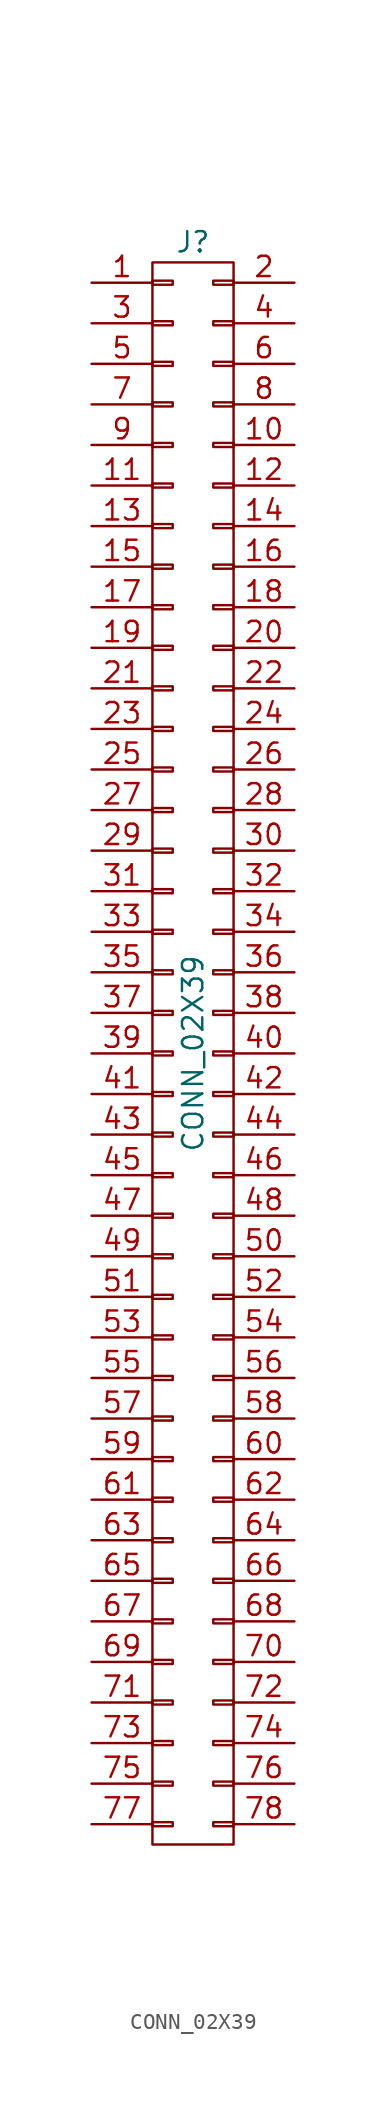
<source format=kicad_sym>
(kicad_symbol_lib
  (version 20211014)
  (generator kicad_symbol_editor)
  (symbol "CONN_02X39"
    (pin_names
      (offset 0.025) hide)
    (property "Reference" "J"
      (at 0 50.8 0)
      (effects (font (size 1.27 1.27))))
    (property "Value" "CONN_02X39"
      (at 0 0 90)
      (effects (font (size 1.27 1.27))))
    (symbol "CONN_02X39_0_1"
      (rectangle (start -2.54 -49.53) (end 2.54 49.53) (stroke (width 0) (type default) (color 0 0 0 0)) (fill (type none)))
      (rectangle (start -2.54 -48.133) (end -1.27 -48.387) (stroke (width 0) (type default) (color 0 0 0 0)) (fill (type none)))
      (rectangle (start -2.54 -45.593) (end -1.27 -45.847) (stroke (width 0) (type default) (color 0 0 0 0)) (fill (type none)))
      (rectangle (start -2.54 -43.053) (end -1.27 -43.307) (stroke (width 0) (type default) (color 0 0 0 0)) (fill (type none)))
      (rectangle (start -2.54 -40.513) (end -1.27 -40.767) (stroke (width 0) (type default) (color 0 0 0 0)) (fill (type none)))
      (rectangle (start -2.54 -37.973) (end -1.27 -38.227) (stroke (width 0) (type default) (color 0 0 0 0)) (fill (type none)))
      (rectangle (start -2.54 -35.433) (end -1.27 -35.687) (stroke (width 0) (type default) (color 0 0 0 0)) (fill (type none)))
      (rectangle (start -2.54 -32.893) (end -1.27 -33.147) (stroke (width 0) (type default) (color 0 0 0 0)) (fill (type none)))
      (rectangle (start -2.54 -30.353) (end -1.27 -30.607) (stroke (width 0) (type default) (color 0 0 0 0)) (fill (type none)))
      (rectangle (start -2.54 -27.813) (end -1.27 -28.067) (stroke (width 0) (type default) (color 0 0 0 0)) (fill (type none)))
      (rectangle (start -2.54 -25.273) (end -1.27 -25.527) (stroke (width 0) (type default) (color 0 0 0 0)) (fill (type none)))
      (rectangle (start -2.54 -22.733) (end -1.27 -22.987) (stroke (width 0) (type default) (color 0 0 0 0)) (fill (type none)))
      (rectangle (start -2.54 -20.193) (end -1.27 -20.447) (stroke (width 0) (type default) (color 0 0 0 0)) (fill (type none)))
      (rectangle (start -2.54 -17.653) (end -1.27 -17.907) (stroke (width 0) (type default) (color 0 0 0 0)) (fill (type none)))
      (rectangle (start -2.54 -15.113) (end -1.27 -15.367) (stroke (width 0) (type default) (color 0 0 0 0)) (fill (type none)))
      (rectangle (start -2.54 -12.573) (end -1.27 -12.827) (stroke (width 0) (type default) (color 0 0 0 0)) (fill (type none)))
      (rectangle (start -2.54 -10.033) (end -1.27 -10.287) (stroke (width 0) (type default) (color 0 0 0 0)) (fill (type none)))
      (rectangle (start -2.54 -7.493) (end -1.27 -7.747) (stroke (width 0) (type default) (color 0 0 0 0)) (fill (type none)))
      (rectangle (start -2.54 -4.953) (end -1.27 -5.207) (stroke (width 0) (type default) (color 0 0 0 0)) (fill (type none)))
      (rectangle (start -2.54 -2.413) (end -1.27 -2.667) (stroke (width 0) (type default) (color 0 0 0 0)) (fill (type none)))
      (rectangle (start -2.54 0.127) (end -1.27 -0.127) (stroke (width 0) (type default) (color 0 0 0 0)) (fill (type none)))
      (rectangle (start -2.54 2.667) (end -1.27 2.413) (stroke (width 0) (type default) (color 0 0 0 0)) (fill (type none)))
      (rectangle (start -2.54 5.207) (end -1.27 4.953) (stroke (width 0) (type default) (color 0 0 0 0)) (fill (type none)))
      (rectangle (start -2.54 7.747) (end -1.27 7.493) (stroke (width 0) (type default) (color 0 0 0 0)) (fill (type none)))
      (rectangle (start -2.54 10.287) (end -1.27 10.033) (stroke (width 0) (type default) (color 0 0 0 0)) (fill (type none)))
      (rectangle (start -2.54 12.827) (end -1.27 12.573) (stroke (width 0) (type default) (color 0 0 0 0)) (fill (type none)))
      (rectangle (start -2.54 15.367) (end -1.27 15.113) (stroke (width 0) (type default) (color 0 0 0 0)) (fill (type none)))
      (rectangle (start -2.54 17.907) (end -1.27 17.653) (stroke (width 0) (type default) (color 0 0 0 0)) (fill (type none)))
      (rectangle (start -2.54 20.447) (end -1.27 20.193) (stroke (width 0) (type default) (color 0 0 0 0)) (fill (type none)))
      (rectangle (start -2.54 22.987) (end -1.27 22.733) (stroke (width 0) (type default) (color 0 0 0 0)) (fill (type none)))
      (rectangle (start -2.54 25.527) (end -1.27 25.273) (stroke (width 0) (type default) (color 0 0 0 0)) (fill (type none)))
      (rectangle (start -2.54 28.067) (end -1.27 27.813) (stroke (width 0) (type default) (color 0 0 0 0)) (fill (type none)))
      (rectangle (start -2.54 30.607) (end -1.27 30.353) (stroke (width 0) (type default) (color 0 0 0 0)) (fill (type none)))
      (rectangle (start -2.54 33.147) (end -1.27 32.893) (stroke (width 0) (type default) (color 0 0 0 0)) (fill (type none)))
      (rectangle (start -2.54 35.687) (end -1.27 35.433) (stroke (width 0) (type default) (color 0 0 0 0)) (fill (type none)))
      (rectangle (start -2.54 38.227) (end -1.27 37.973) (stroke (width 0) (type default) (color 0 0 0 0)) (fill (type none)))
      (rectangle (start -2.54 40.767) (end -1.27 40.513) (stroke (width 0) (type default) (color 0 0 0 0)) (fill (type none)))
      (rectangle (start -2.54 43.307) (end -1.27 43.053) (stroke (width 0) (type default) (color 0 0 0 0)) (fill (type none)))
      (rectangle (start -2.54 45.847) (end -1.27 45.593) (stroke (width 0) (type default) (color 0 0 0 0)) (fill (type none)))
      (rectangle (start -2.54 48.387) (end -1.27 48.133) (stroke (width 0) (type default) (color 0 0 0 0)) (fill (type none)))
      (rectangle (start 1.27 -48.133) (end 2.54 -48.387) (stroke (width 0) (type default) (color 0 0 0 0)) (fill (type none)))
      (rectangle (start 1.27 -45.593) (end 2.54 -45.847) (stroke (width 0) (type default) (color 0 0 0 0)) (fill (type none)))
      (rectangle (start 1.27 -43.053) (end 2.54 -43.307) (stroke (width 0) (type default) (color 0 0 0 0)) (fill (type none)))
      (rectangle (start 1.27 -40.513) (end 2.54 -40.767) (stroke (width 0) (type default) (color 0 0 0 0)) (fill (type none)))
      (rectangle (start 1.27 -37.973) (end 2.54 -38.227) (stroke (width 0) (type default) (color 0 0 0 0)) (fill (type none)))
      (rectangle (start 1.27 -35.433) (end 2.54 -35.687) (stroke (width 0) (type default) (color 0 0 0 0)) (fill (type none)))
      (rectangle (start 1.27 -32.893) (end 2.54 -33.147) (stroke (width 0) (type default) (color 0 0 0 0)) (fill (type none)))
      (rectangle (start 1.27 -30.353) (end 2.54 -30.607) (stroke (width 0) (type default) (color 0 0 0 0)) (fill (type none)))
      (rectangle (start 1.27 -27.813) (end 2.54 -28.067) (stroke (width 0) (type default) (color 0 0 0 0)) (fill (type none)))
      (rectangle (start 1.27 -25.273) (end 2.54 -25.527) (stroke (width 0) (type default) (color 0 0 0 0)) (fill (type none)))
      (rectangle (start 1.27 -22.733) (end 2.54 -22.987) (stroke (width 0) (type default) (color 0 0 0 0)) (fill (type none)))
      (rectangle (start 1.27 -20.193) (end 2.54 -20.447) (stroke (width 0) (type default) (color 0 0 0 0)) (fill (type none)))
      (rectangle (start 1.27 -17.653) (end 2.54 -17.907) (stroke (width 0) (type default) (color 0 0 0 0)) (fill (type none)))
      (rectangle (start 1.27 -15.113) (end 2.54 -15.367) (stroke (width 0) (type default) (color 0 0 0 0)) (fill (type none)))
      (rectangle (start 1.27 -12.573) (end 2.54 -12.827) (stroke (width 0) (type default) (color 0 0 0 0)) (fill (type none)))
      (rectangle (start 1.27 -10.033) (end 2.54 -10.287) (stroke (width 0) (type default) (color 0 0 0 0)) (fill (type none)))
      (rectangle (start 1.27 -7.493) (end 2.54 -7.747) (stroke (width 0) (type default) (color 0 0 0 0)) (fill (type none)))
      (rectangle (start 1.27 -4.953) (end 2.54 -5.207) (stroke (width 0) (type default) (color 0 0 0 0)) (fill (type none)))
      (rectangle (start 1.27 -2.413) (end 2.54 -2.667) (stroke (width 0) (type default) (color 0 0 0 0)) (fill (type none)))
      (rectangle (start 1.27 0.127) (end 2.54 -0.127) (stroke (width 0) (type default) (color 0 0 0 0)) (fill (type none)))
      (rectangle (start 1.27 2.667) (end 2.54 2.413) (stroke (width 0) (type default) (color 0 0 0 0)) (fill (type none)))
      (rectangle (start 1.27 5.207) (end 2.54 4.953) (stroke (width 0) (type default) (color 0 0 0 0)) (fill (type none)))
      (rectangle (start 1.27 7.747) (end 2.54 7.493) (stroke (width 0) (type default) (color 0 0 0 0)) (fill (type none)))
      (rectangle (start 1.27 10.287) (end 2.54 10.033) (stroke (width 0) (type default) (color 0 0 0 0)) (fill (type none)))
      (rectangle (start 1.27 12.827) (end 2.54 12.573) (stroke (width 0) (type default) (color 0 0 0 0)) (fill (type none)))
      (rectangle (start 1.27 15.367) (end 2.54 15.113) (stroke (width 0) (type default) (color 0 0 0 0)) (fill (type none)))
      (rectangle (start 1.27 17.907) (end 2.54 17.653) (stroke (width 0) (type default) (color 0 0 0 0)) (fill (type none)))
      (rectangle (start 1.27 20.447) (end 2.54 20.193) (stroke (width 0) (type default) (color 0 0 0 0)) (fill (type none)))
      (rectangle (start 1.27 22.987) (end 2.54 22.733) (stroke (width 0) (type default) (color 0 0 0 0)) (fill (type none)))
      (rectangle (start 1.27 25.527) (end 2.54 25.273) (stroke (width 0) (type default) (color 0 0 0 0)) (fill (type none)))
      (rectangle (start 1.27 28.067) (end 2.54 27.813) (stroke (width 0) (type default) (color 0 0 0 0)) (fill (type none)))
      (rectangle (start 1.27 30.607) (end 2.54 30.353) (stroke (width 0) (type default) (color 0 0 0 0)) (fill (type none)))
      (rectangle (start 1.27 33.147) (end 2.54 32.893) (stroke (width 0) (type default) (color 0 0 0 0)) (fill (type none)))
      (rectangle (start 1.27 35.687) (end 2.54 35.433) (stroke (width 0) (type default) (color 0 0 0 0)) (fill (type none)))
      (rectangle (start 1.27 38.227) (end 2.54 37.973) (stroke (width 0) (type default) (color 0 0 0 0)) (fill (type none)))
      (rectangle (start 1.27 40.767) (end 2.54 40.513) (stroke (width 0) (type default) (color 0 0 0 0)) (fill (type none)))
      (rectangle (start 1.27 43.307) (end 2.54 43.053) (stroke (width 0) (type default) (color 0 0 0 0)) (fill (type none)))
      (rectangle (start 1.27 45.847) (end 2.54 45.593) (stroke (width 0) (type default) (color 0 0 0 0)) (fill (type none)))
      (rectangle (start 1.27 48.387) (end 2.54 48.133) (stroke (width 0) (type default) (color 0 0 0 0)) (fill (type none))))
    (symbol "CONN_02X39_1_1"
      (pin passive line (at -6.35 48.26 0) (length 3.81) (name "P1" (effects (font (size 1.27 1.27)))) (number "1" (effects (font (size 1.27 1.27)))))
      (pin passive line (at 6.35 38.1 180) (length 3.81) (name "P10" (effects (font (size 1.27 1.27)))) (number "10" (effects (font (size 1.27 1.27)))))
      (pin passive line (at -6.35 35.56 0) (length 3.81) (name "P11" (effects (font (size 1.27 1.27)))) (number "11" (effects (font (size 1.27 1.27)))))
      (pin passive line (at 6.35 35.56 180) (length 3.81) (name "P12" (effects (font (size 1.27 1.27)))) (number "12" (effects (font (size 1.27 1.27)))))
      (pin passive line (at -6.35 33.02 0) (length 3.81) (name "P13" (effects (font (size 1.27 1.27)))) (number "13" (effects (font (size 1.27 1.27)))))
      (pin passive line (at 6.35 33.02 180) (length 3.81) (name "P14" (effects (font (size 1.27 1.27)))) (number "14" (effects (font (size 1.27 1.27)))))
      (pin passive line (at -6.35 30.48 0) (length 3.81) (name "P15" (effects (font (size 1.27 1.27)))) (number "15" (effects (font (size 1.27 1.27)))))
      (pin passive line (at 6.35 30.48 180) (length 3.81) (name "P16" (effects (font (size 1.27 1.27)))) (number "16" (effects (font (size 1.27 1.27)))))
      (pin passive line (at -6.35 27.94 0) (length 3.81) (name "P17" (effects (font (size 1.27 1.27)))) (number "17" (effects (font (size 1.27 1.27)))))
      (pin passive line (at 6.35 27.94 180) (length 3.81) (name "P18" (effects (font (size 1.27 1.27)))) (number "18" (effects (font (size 1.27 1.27)))))
      (pin passive line (at -6.35 25.4 0) (length 3.81) (name "P19" (effects (font (size 1.27 1.27)))) (number "19" (effects (font (size 1.27 1.27)))))
      (pin passive line (at 6.35 48.26 180) (length 3.81) (name "P2" (effects (font (size 1.27 1.27)))) (number "2" (effects (font (size 1.27 1.27)))))
      (pin passive line (at 6.35 25.4 180) (length 3.81) (name "P20" (effects (font (size 1.27 1.27)))) (number "20" (effects (font (size 1.27 1.27)))))
      (pin passive line (at -6.35 22.86 0) (length 3.81) (name "P21" (effects (font (size 1.27 1.27)))) (number "21" (effects (font (size 1.27 1.27)))))
      (pin passive line (at 6.35 22.86 180) (length 3.81) (name "P22" (effects (font (size 1.27 1.27)))) (number "22" (effects (font (size 1.27 1.27)))))
      (pin passive line (at -6.35 20.32 0) (length 3.81) (name "P23" (effects (font (size 1.27 1.27)))) (number "23" (effects (font (size 1.27 1.27)))))
      (pin passive line (at 6.35 20.32 180) (length 3.81) (name "P24" (effects (font (size 1.27 1.27)))) (number "24" (effects (font (size 1.27 1.27)))))
      (pin passive line (at -6.35 17.78 0) (length 3.81) (name "P25" (effects (font (size 1.27 1.27)))) (number "25" (effects (font (size 1.27 1.27)))))
      (pin passive line (at 6.35 17.78 180) (length 3.81) (name "P26" (effects (font (size 1.27 1.27)))) (number "26" (effects (font (size 1.27 1.27)))))
      (pin passive line (at -6.35 15.24 0) (length 3.81) (name "P27" (effects (font (size 1.27 1.27)))) (number "27" (effects (font (size 1.27 1.27)))))
      (pin passive line (at 6.35 15.24 180) (length 3.81) (name "P28" (effects (font (size 1.27 1.27)))) (number "28" (effects (font (size 1.27 1.27)))))
      (pin passive line (at -6.35 12.7 0) (length 3.81) (name "P29" (effects (font (size 1.27 1.27)))) (number "29" (effects (font (size 1.27 1.27)))))
      (pin passive line (at -6.35 45.72 0) (length 3.81) (name "P3" (effects (font (size 1.27 1.27)))) (number "3" (effects (font (size 1.27 1.27)))))
      (pin passive line (at 6.35 12.7 180) (length 3.81) (name "P30" (effects (font (size 1.27 1.27)))) (number "30" (effects (font (size 1.27 1.27)))))
      (pin passive line (at -6.35 10.16 0) (length 3.81) (name "P31" (effects (font (size 1.27 1.27)))) (number "31" (effects (font (size 1.27 1.27)))))
      (pin passive line (at 6.35 10.16 180) (length 3.81) (name "P32" (effects (font (size 1.27 1.27)))) (number "32" (effects (font (size 1.27 1.27)))))
      (pin passive line (at -6.35 7.62 0) (length 3.81) (name "P33" (effects (font (size 1.27 1.27)))) (number "33" (effects (font (size 1.27 1.27)))))
      (pin passive line (at 6.35 7.62 180) (length 3.81) (name "P34" (effects (font (size 1.27 1.27)))) (number "34" (effects (font (size 1.27 1.27)))))
      (pin passive line (at -6.35 5.08 0) (length 3.81) (name "P35" (effects (font (size 1.27 1.27)))) (number "35" (effects (font (size 1.27 1.27)))))
      (pin passive line (at 6.35 5.08 180) (length 3.81) (name "P36" (effects (font (size 1.27 1.27)))) (number "36" (effects (font (size 1.27 1.27)))))
      (pin passive line (at -6.35 2.54 0) (length 3.81) (name "P37" (effects (font (size 1.27 1.27)))) (number "37" (effects (font (size 1.27 1.27)))))
      (pin passive line (at 6.35 2.54 180) (length 3.81) (name "P38" (effects (font (size 1.27 1.27)))) (number "38" (effects (font (size 1.27 1.27)))))
      (pin passive line (at -6.35 0 0) (length 3.81) (name "P39" (effects (font (size 1.27 1.27)))) (number "39" (effects (font (size 1.27 1.27)))))
      (pin passive line (at 6.35 45.72 180) (length 3.81) (name "P4" (effects (font (size 1.27 1.27)))) (number "4" (effects (font (size 1.27 1.27)))))
      (pin passive line (at 6.35 0 180) (length 3.81) (name "P40" (effects (font (size 1.27 1.27)))) (number "40" (effects (font (size 1.27 1.27)))))
      (pin passive line (at -6.35 -2.54 0) (length 3.81) (name "P41" (effects (font (size 1.27 1.27)))) (number "41" (effects (font (size 1.27 1.27)))))
      (pin passive line (at 6.35 -2.54 180) (length 3.81) (name "P42" (effects (font (size 1.27 1.27)))) (number "42" (effects (font (size 1.27 1.27)))))
      (pin passive line (at -6.35 -5.08 0) (length 3.81) (name "P43" (effects (font (size 1.27 1.27)))) (number "43" (effects (font (size 1.27 1.27)))))
      (pin passive line (at 6.35 -5.08 180) (length 3.81) (name "P44" (effects (font (size 1.27 1.27)))) (number "44" (effects (font (size 1.27 1.27)))))
      (pin passive line (at -6.35 -7.62 0) (length 3.81) (name "P45" (effects (font (size 1.27 1.27)))) (number "45" (effects (font (size 1.27 1.27)))))
      (pin passive line (at 6.35 -7.62 180) (length 3.81) (name "P46" (effects (font (size 1.27 1.27)))) (number "46" (effects (font (size 1.27 1.27)))))
      (pin passive line (at -6.35 -10.16 0) (length 3.81) (name "P47" (effects (font (size 1.27 1.27)))) (number "47" (effects (font (size 1.27 1.27)))))
      (pin passive line (at 6.35 -10.16 180) (length 3.81) (name "P48" (effects (font (size 1.27 1.27)))) (number "48" (effects (font (size 1.27 1.27)))))
      (pin passive line (at -6.35 -12.7 0) (length 3.81) (name "P49" (effects (font (size 1.27 1.27)))) (number "49" (effects (font (size 1.27 1.27)))))
      (pin passive line (at -6.35 43.18 0) (length 3.81) (name "P5" (effects (font (size 1.27 1.27)))) (number "5" (effects (font (size 1.27 1.27)))))
      (pin passive line (at 6.35 -12.7 180) (length 3.81) (name "P50" (effects (font (size 1.27 1.27)))) (number "50" (effects (font (size 1.27 1.27)))))
      (pin passive line (at -6.35 -15.24 0) (length 3.81) (name "P51" (effects (font (size 1.27 1.27)))) (number "51" (effects (font (size 1.27 1.27)))))
      (pin passive line (at 6.35 -15.24 180) (length 3.81) (name "P52" (effects (font (size 1.27 1.27)))) (number "52" (effects (font (size 1.27 1.27)))))
      (pin passive line (at -6.35 -17.78 0) (length 3.81) (name "P53" (effects (font (size 1.27 1.27)))) (number "53" (effects (font (size 1.27 1.27)))))
      (pin passive line (at 6.35 -17.78 180) (length 3.81) (name "P54" (effects (font (size 1.27 1.27)))) (number "54" (effects (font (size 1.27 1.27)))))
      (pin passive line (at -6.35 -20.32 0) (length 3.81) (name "P55" (effects (font (size 1.27 1.27)))) (number "55" (effects (font (size 1.27 1.27)))))
      (pin passive line (at 6.35 -20.32 180) (length 3.81) (name "P56" (effects (font (size 1.27 1.27)))) (number "56" (effects (font (size 1.27 1.27)))))
      (pin passive line (at -6.35 -22.86 0) (length 3.81) (name "P57" (effects (font (size 1.27 1.27)))) (number "57" (effects (font (size 1.27 1.27)))))
      (pin passive line (at 6.35 -22.86 180) (length 3.81) (name "P58" (effects (font (size 1.27 1.27)))) (number "58" (effects (font (size 1.27 1.27)))))
      (pin passive line (at -6.35 -25.4 0) (length 3.81) (name "P59" (effects (font (size 1.27 1.27)))) (number "59" (effects (font (size 1.27 1.27)))))
      (pin passive line (at 6.35 43.18 180) (length 3.81) (name "P6" (effects (font (size 1.27 1.27)))) (number "6" (effects (font (size 1.27 1.27)))))
      (pin passive line (at 6.35 -25.4 180) (length 3.81) (name "P60" (effects (font (size 1.27 1.27)))) (number "60" (effects (font (size 1.27 1.27)))))
      (pin passive line (at -6.35 -27.94 0) (length 3.81) (name "P61" (effects (font (size 1.27 1.27)))) (number "61" (effects (font (size 1.27 1.27)))))
      (pin passive line (at 6.35 -27.94 180) (length 3.81) (name "P62" (effects (font (size 1.27 1.27)))) (number "62" (effects (font (size 1.27 1.27)))))
      (pin passive line (at -6.35 -30.48 0) (length 3.81) (name "P63" (effects (font (size 1.27 1.27)))) (number "63" (effects (font (size 1.27 1.27)))))
      (pin passive line (at 6.35 -30.48 180) (length 3.81) (name "P64" (effects (font (size 1.27 1.27)))) (number "64" (effects (font (size 1.27 1.27)))))
      (pin passive line (at -6.35 -33.02 0) (length 3.81) (name "P65" (effects (font (size 1.27 1.27)))) (number "65" (effects (font (size 1.27 1.27)))))
      (pin passive line (at 6.35 -33.02 180) (length 3.81) (name "P66" (effects (font (size 1.27 1.27)))) (number "66" (effects (font (size 1.27 1.27)))))
      (pin passive line (at -6.35 -35.56 0) (length 3.81) (name "P67" (effects (font (size 1.27 1.27)))) (number "67" (effects (font (size 1.27 1.27)))))
      (pin passive line (at 6.35 -35.56 180) (length 3.81) (name "P68" (effects (font (size 1.27 1.27)))) (number "68" (effects (font (size 1.27 1.27)))))
      (pin passive line (at -6.35 -38.1 0) (length 3.81) (name "P69" (effects (font (size 1.27 1.27)))) (number "69" (effects (font (size 1.27 1.27)))))
      (pin passive line (at -6.35 40.64 0) (length 3.81) (name "P7" (effects (font (size 1.27 1.27)))) (number "7" (effects (font (size 1.27 1.27)))))
      (pin passive line (at 6.35 -38.1 180) (length 3.81) (name "P70" (effects (font (size 1.27 1.27)))) (number "70" (effects (font (size 1.27 1.27)))))
      (pin passive line (at -6.35 -40.64 0) (length 3.81) (name "P71" (effects (font (size 1.27 1.27)))) (number "71" (effects (font (size 1.27 1.27)))))
      (pin passive line (at 6.35 -40.64 180) (length 3.81) (name "P72" (effects (font (size 1.27 1.27)))) (number "72" (effects (font (size 1.27 1.27)))))
      (pin passive line (at -6.35 -43.18 0) (length 3.81) (name "P73" (effects (font (size 1.27 1.27)))) (number "73" (effects (font (size 1.27 1.27)))))
      (pin passive line (at 6.35 -43.18 180) (length 3.81) (name "P74" (effects (font (size 1.27 1.27)))) (number "74" (effects (font (size 1.27 1.27)))))
      (pin passive line (at -6.35 -45.72 0) (length 3.81) (name "P75" (effects (font (size 1.27 1.27)))) (number "75" (effects (font (size 1.27 1.27)))))
      (pin passive line (at 6.35 -45.72 180) (length 3.81) (name "P76" (effects (font (size 1.27 1.27)))) (number "76" (effects (font (size 1.27 1.27)))))
      (pin passive line (at -6.35 -48.26 0) (length 3.81) (name "P77" (effects (font (size 1.27 1.27)))) (number "77" (effects (font (size 1.27 1.27)))))
      (pin passive line (at 6.35 -48.26 180) (length 3.81) (name "P78" (effects (font (size 1.27 1.27)))) (number "78" (effects (font (size 1.27 1.27)))))
      (pin passive line (at 6.35 40.64 180) (length 3.81) (name "P8" (effects (font (size 1.27 1.27)))) (number "8" (effects (font (size 1.27 1.27)))))
      (pin passive line (at -6.35 38.1 0) (length 3.81) (name "P9" (effects (font (size 1.27 1.27)))) (number "9" (effects (font (size 1.27 1.27))))))))
</source>
